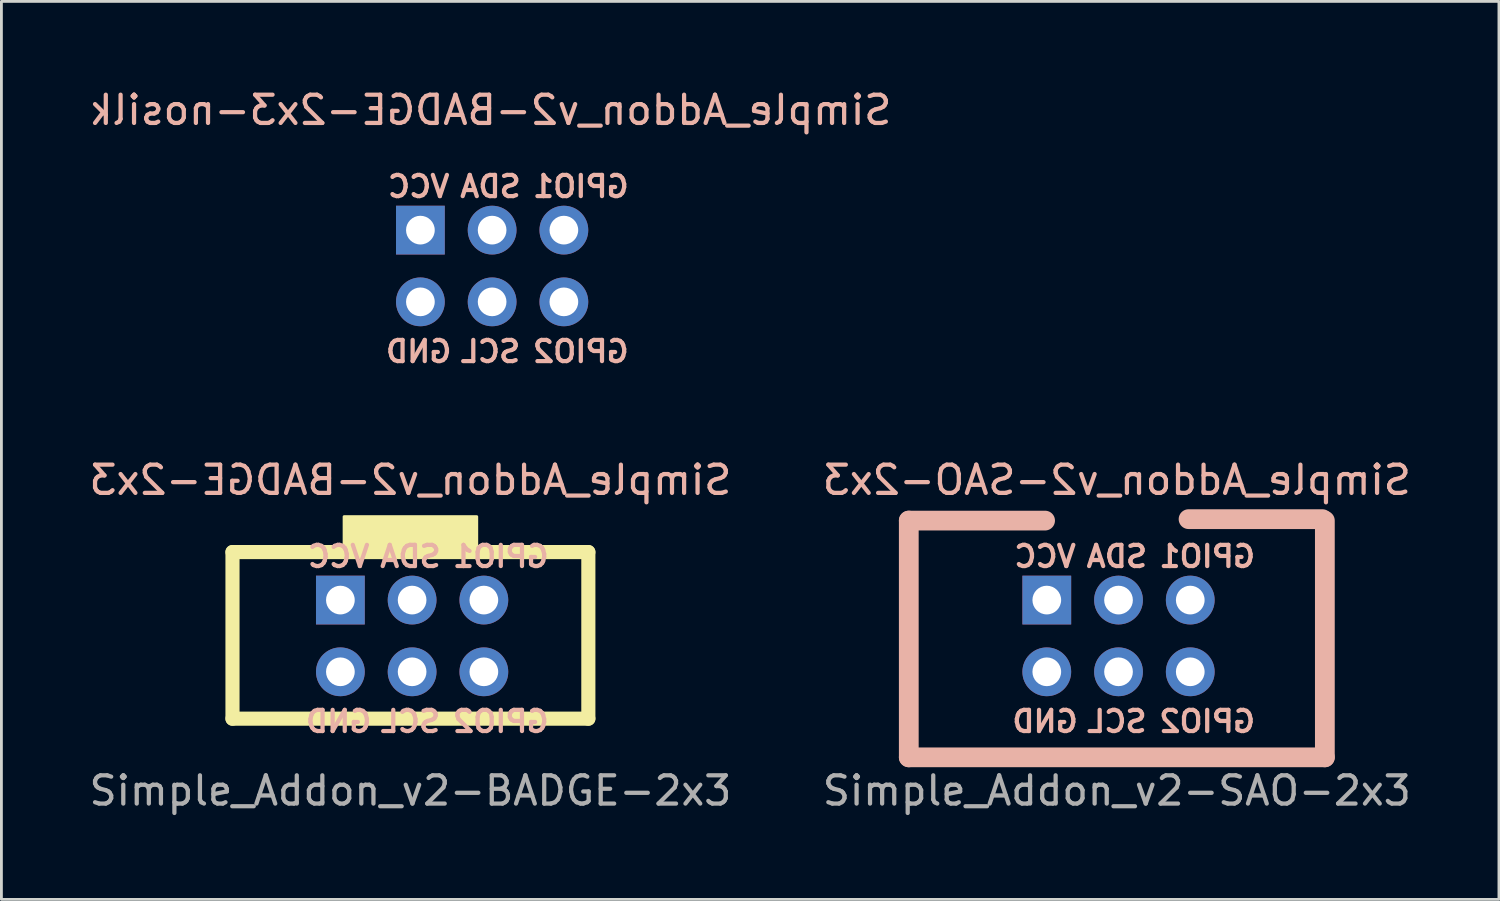
<source format=kicad_pcb>
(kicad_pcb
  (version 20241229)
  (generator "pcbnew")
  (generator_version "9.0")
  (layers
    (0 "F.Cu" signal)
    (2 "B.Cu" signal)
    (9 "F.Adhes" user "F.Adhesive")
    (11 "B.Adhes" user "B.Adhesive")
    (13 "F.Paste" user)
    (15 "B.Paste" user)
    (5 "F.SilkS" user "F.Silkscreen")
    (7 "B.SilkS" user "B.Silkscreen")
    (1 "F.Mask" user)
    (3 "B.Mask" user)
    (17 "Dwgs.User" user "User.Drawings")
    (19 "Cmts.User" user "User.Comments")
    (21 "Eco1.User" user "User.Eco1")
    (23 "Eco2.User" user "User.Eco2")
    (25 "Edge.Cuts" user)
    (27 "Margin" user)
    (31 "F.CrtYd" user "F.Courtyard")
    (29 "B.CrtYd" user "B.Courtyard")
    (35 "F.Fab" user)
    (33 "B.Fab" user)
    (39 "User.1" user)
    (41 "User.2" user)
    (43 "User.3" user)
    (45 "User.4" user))
  (footprint "Simple_Addon_v2-BADGE-2x3"
    (layer "F.Cu")
    (at 11.482 19.447)
    (property "Reference" "Simple_Addon_v2-BADGE-2x3" (at 0 -5.5 0) (layer "B.SilkS") (effects (font (size 1 1) (thickness 0.15)) (justify mirror)))
    (attr through_hole)
    (fp_line (start -6.3 -2.95) (end 6.3 -2.95) (stroke (width 0.5) (type solid)) (layer "F.SilkS"))
    (fp_line (start -6.3 2.95) (end -6.3 -2.95) (stroke (width 0.5) (type solid)) (layer "F.SilkS"))
    (fp_line (start 6.3 -2.95) (end 6.3 2.95) (stroke (width 0.5) (type solid)) (layer "F.SilkS"))
    (fp_line (start 6.3 2.95) (end -6.3 2.95) (stroke (width 0.5) (type solid)) (layer "F.SilkS"))
    (fp_poly (pts (xy 2.349 -3.061) (xy -2.349 -3.061) (xy -2.349 -4.204) (xy 2.349 -4.204)) (stroke (width 0.1) (type solid)) (fill yes) (layer "F.SilkS"))
    (fp_text user "GND" (at -2.54 3.048 0) (layer "B.SilkS") (effects (font (size 0.75 0.75) (thickness 0.15)) (justify mirror)))
    (fp_text user "VCC" (at -2.54 -2.794 0) (layer "B.SilkS") (effects (font (size 0.75 0.75) (thickness 0.15)) (justify mirror)))
    (fp_text user "GPIO2" (at 3.2 3.048 0) (layer "B.SilkS") (effects (font (size 0.75 0.75) (thickness 0.15)) (justify mirror)))
    (fp_text user "SCL" (at 0 3.048 0) (layer "B.SilkS") (effects (font (size 0.75 0.75) (thickness 0.15)) (justify mirror)))
    (fp_text user "SDA" (at 0 -2.794 0) (layer "B.SilkS") (effects (font (size 0.75 0.75) (thickness 0.15)) (justify mirror)))
    (fp_text user "GPIO1" (at 3.2 -2.794 0) (layer "B.SilkS") (effects (font (size 0.75 0.75) (thickness 0.15)) (justify mirror)))
    (fp_text user "${REFERENCE}" (at 0 5.5 0) (layer "F.Fab") (effects (font (size 1 1) (thickness 0.15))))
    (pad "1" thru_hole rect (at -2.48 -1.25 270) (size 1.727 1.727) (drill 1.016) (layers "*.Cu" "*.Mask"))
    (pad "2" thru_hole circle (at -2.48 1.29 270) (size 1.727 1.727) (drill 1.016) (layers "*.Cu" "*.Mask"))
    (pad "3" thru_hole oval (at 0.06 -1.25 270) (size 1.727 1.727) (drill 1.016) (layers "*.Cu" "*.Mask"))
    (pad "4" thru_hole oval (at 0.06 1.29 270) (size 1.727 1.727) (drill 1.016) (layers "*.Cu" "*.Mask"))
    (pad "5" thru_hole circle (at 2.6 -1.25 270) (size 1.727 1.727) (drill 1.016) (layers "*.Cu" "*.Mask"))
    (pad "6" thru_hole circle (at 2.6 1.29 270) (size 1.727 1.727) (drill 1.016) (layers "*.Cu" "*.Mask")))
  (footprint "Simple_Addon_v2-BADGE-2x3-nosilk"
    (layer "F.Cu")
    (at 14.315 6.348)
    (property "Reference" "Simple_Addon_v2-BADGE-2x3-nosilk" (at 0 -5.5 0) (layer "B.SilkS") (effects (font (size 1 1) (thickness 0.15)) (justify mirror)))
    (attr through_hole)
    (fp_text user "SCL" (at 0 3.048 0) (layer "B.SilkS") (effects (font (size 0.75 0.75) (thickness 0.15)) (justify mirror)))
    (fp_text user "SDA" (at 0 -2.794 0) (layer "B.SilkS") (effects (font (size 0.75 0.75) (thickness 0.15)) (justify mirror)))
    (fp_text user "VCC" (at -2.54 -2.794 0) (layer "B.SilkS") (effects (font (size 0.75 0.75) (thickness 0.15)) (justify mirror)))
    (fp_text user "GPIO1" (at 3.2 -2.794 0) (layer "B.SilkS") (effects (font (size 0.75 0.75) (thickness 0.15)) (justify mirror)))
    (fp_text user "GPIO2" (at 3.2 3.048 0) (layer "B.SilkS") (effects (font (size 0.75 0.75) (thickness 0.15)) (justify mirror)))
    (fp_text user "GND" (at -2.54 3.048 0) (layer "B.SilkS") (effects (font (size 0.75 0.75) (thickness 0.15)) (justify mirror)))
    (pad "1" thru_hole rect (at -2.48 -1.25 270) (size 1.727 1.727) (drill 1.016) (layers "*.Cu" "*.Mask"))
    (pad "2" thru_hole circle (at -2.48 1.29 270) (size 1.727 1.727) (drill 1.016) (layers "*.Cu" "*.Mask"))
    (pad "3" thru_hole oval (at 0.06 -1.25 270) (size 1.727 1.727) (drill 1.016) (layers "*.Cu" "*.Mask"))
    (pad "4" thru_hole oval (at 0.06 1.29 270) (size 1.727 1.727) (drill 1.016) (layers "*.Cu" "*.Mask"))
    (pad "5" thru_hole circle (at 2.6 -1.25 270) (size 1.727 1.727) (drill 1.016) (layers "*.Cu" "*.Mask"))
    (pad "6" thru_hole circle (at 2.6 1.29 270) (size 1.727 1.727) (drill 1.016) (layers "*.Cu" "*.Mask")))
  (footprint "Simple_Addon_v2-SAO-2x3"
    (layer "F.Cu")
    (at 36.494 19.447)
    (property "Reference" "Simple_Addon_v2-SAO-2x3" (at 0 -5.5 0) (layer "B.SilkS") (effects (font (size 1 1) (thickness 0.15)) (justify mirror)))
    (attr through_hole)
    (fp_line (start -7.366 -4.064) (end -7.366 4.318) (stroke (width 0.7) (type solid)) (layer "B.SilkS"))
    (fp_line (start -7.366 4.318) (end 7.366 4.318) (stroke (width 0.7) (type solid)) (layer "B.SilkS"))
    (fp_line (start -2.54 -4.064) (end -7.366 -4.064) (stroke (width 0.7) (type solid)) (layer "B.SilkS"))
    (fp_line (start 7.28 -4.115) (end 2.54 -4.115) (stroke (width 0.7) (type solid)) (layer "B.SilkS"))
    (fp_line (start 7.366 4.318) (end 7.366 -4.064) (stroke (width 0.7) (type solid)) (layer "B.SilkS"))
    (fp_text user "GND" (at -2.54 3.048 0) (unlocked yes) (layer "B.SilkS") (effects (font (size 0.75 0.75) (thickness 0.15)) (justify mirror)))
    (fp_text user "GPIO1" (at 3.2 -2.794 0) (unlocked yes) (layer "B.SilkS") (effects (font (size 0.75 0.75) (thickness 0.15)) (justify mirror)))
    (fp_text user "SCL" (at 0 3.048 0) (layer "B.SilkS") (effects (font (size 0.75 0.75) (thickness 0.15)) (justify mirror)))
    (fp_text user "VCC" (at -2.54 -2.794 0) (unlocked yes) (layer "B.SilkS") (effects (font (size 0.75 0.75) (thickness 0.15)) (justify mirror)))
    (fp_text user "GPIO2" (at 3.2 3.048 0) (layer "B.SilkS") (effects (font (size 0.75 0.75) (thickness 0.15)) (justify mirror)))
    (fp_text user "SDA" (at 0 -2.794 0) (unlocked yes) (layer "B.SilkS") (effects (font (size 0.75 0.75) (thickness 0.15)) (justify mirror)))
    (fp_text user "${REFERENCE}" (at 0 5.5 0) (layer "F.Fab") (effects (font (size 1 1) (thickness 0.15))))
    (pad "1" thru_hole rect (at -2.48 -1.25 270) (size 1.727 1.727) (drill 1.016) (layers "*.Cu" "*.Mask"))
    (pad "2" thru_hole circle (at -2.48 1.29 270) (size 1.727 1.727) (drill 1.016) (layers "*.Cu" "*.Mask"))
    (pad "3" thru_hole oval (at 0.06 -1.25 270) (size 1.727 1.727) (drill 1.016) (layers "*.Cu" "*.Mask"))
    (pad "4" thru_hole oval (at 0.06 1.29 270) (size 1.727 1.727) (drill 1.016) (layers "*.Cu" "*.Mask"))
    (pad "5" thru_hole circle (at 2.6 -1.25 270) (size 1.727 1.727) (drill 1.016) (layers "*.Cu" "*.Mask"))
    (pad "6" thru_hole circle (at 2.6 1.29 270) (size 1.727 1.727) (drill 1.016) (layers "*.Cu" "*.Mask")))
  (gr_rect
    (start -3 -3)
    (end 50.024 28.795)
    (stroke (width 0.1) (type default))
    (fill no)
    (layer "Edge.Cuts")))
</source>
